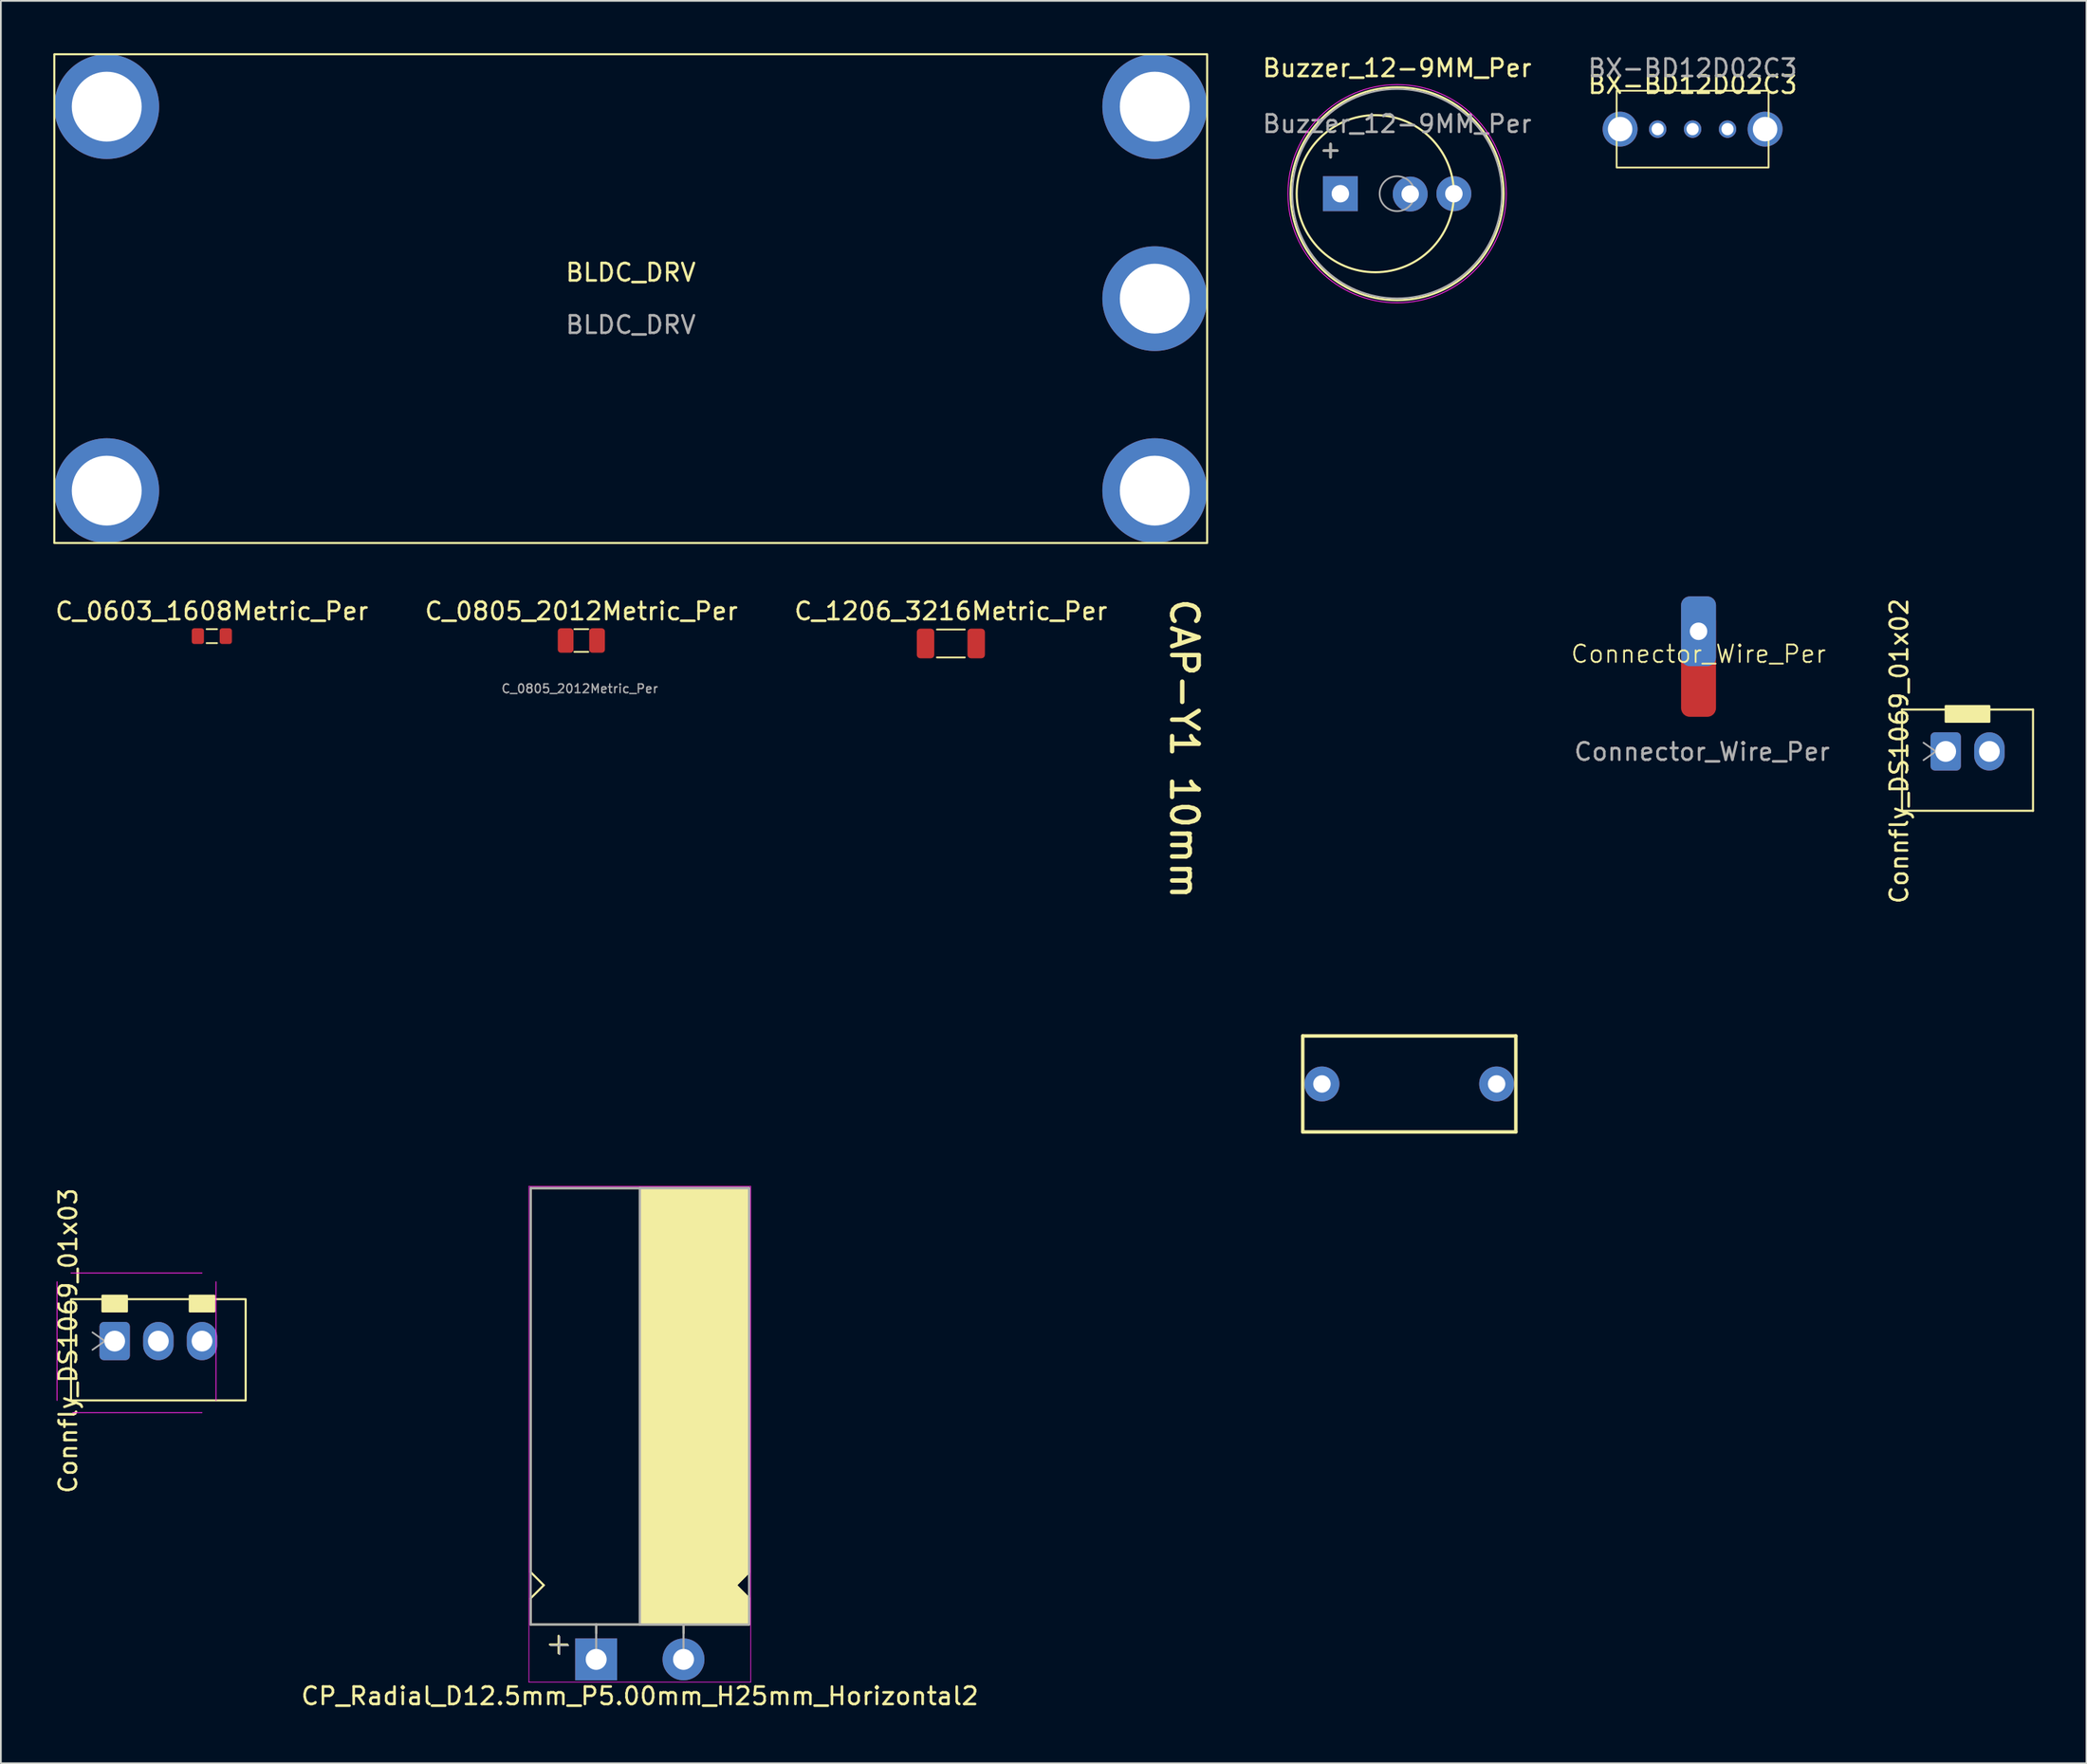
<source format=kicad_pcb>
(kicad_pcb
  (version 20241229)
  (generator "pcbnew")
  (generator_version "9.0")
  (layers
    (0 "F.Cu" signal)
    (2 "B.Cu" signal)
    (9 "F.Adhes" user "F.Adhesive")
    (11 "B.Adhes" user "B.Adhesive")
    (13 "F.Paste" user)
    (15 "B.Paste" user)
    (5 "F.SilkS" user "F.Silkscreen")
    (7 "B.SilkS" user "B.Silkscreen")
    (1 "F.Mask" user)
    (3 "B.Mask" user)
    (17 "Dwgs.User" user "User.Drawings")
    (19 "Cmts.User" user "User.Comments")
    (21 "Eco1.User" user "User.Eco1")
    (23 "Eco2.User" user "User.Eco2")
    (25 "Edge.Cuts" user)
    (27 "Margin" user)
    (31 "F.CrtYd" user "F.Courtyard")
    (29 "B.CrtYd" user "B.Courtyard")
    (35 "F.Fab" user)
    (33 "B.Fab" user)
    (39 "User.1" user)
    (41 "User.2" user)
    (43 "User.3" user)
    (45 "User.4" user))
  (footprint "C_0805_2012Metric_Per"
    (layer "F.Cu")
    (at 30.232 33.648)
    (property "Reference" "C_0805_2012Metric_Per" (at 0 -1.68 0) (layer "F.SilkS") (effects (font (size 1 1) (thickness 0.15))))
    (attr smd)
    (fp_line (start -0.4 -0.65) (end 0.4 -0.65) (stroke (width 0.1) (type default)) (layer "F.SilkS"))
    (fp_line (start -0.4 0.65) (end 0.4 0.65) (stroke (width 0.1) (type default)) (layer "F.SilkS"))
    (fp_text user "${REFERENCE}" (at -0.09 2.76 0) (layer "F.Fab") (effects (font (size 0.5 0.5) (thickness 0.08))))
    (pad "1" smd roundrect (at -0.9 0) (size 0.9 1.4) (layers "F.Cu" "F.Mask" "F.Paste") (roundrect_rratio 0.2))
    (pad "2" smd roundrect (at 0.9 0) (size 0.9 1.4) (layers "F.Cu" "F.Mask" "F.Paste") (roundrect_rratio 0.2)))
  (footprint "C_0603_1608Metric_Per"
    (layer "F.Cu")
    (at 9.077 33.398)
    (property "Reference" "C_0603_1608Metric_Per" (at 0 -1.43 0) (layer "F.SilkS") (effects (font (size 1 1) (thickness 0.15))))
    (attr smd)
    (fp_line (start -0.3 -0.4) (end 0.3 -0.4) (stroke (width 0.1) (type default)) (layer "F.SilkS"))
    (fp_line (start -0.3 0.4) (end 0.3 0.4) (stroke (width 0.1) (type default)) (layer "F.SilkS"))
    (pad "1" smd roundrect (at -0.8 0) (size 0.7 0.9) (layers "F.Cu" "F.Mask" "F.Paste") (roundrect_rratio 0.2))
    (pad "2" smd roundrect (at 0.8 0) (size 0.7 0.9) (layers "F.Cu" "F.Mask" "F.Paste") (roundrect_rratio 0.2)))
  (footprint "Connfly_DS1069_01x02"
    (layer "F.Cu")
    (at 108.342 40.003)
    (property "Reference" "Connfly_DS1069_01x02" (at -2.667 -0.02 90) (layer "F.SilkS") (effects (font (size 1 1) (thickness 0.15))))
    (attr through_hole)
    (fp_line (start -2.5 -2.4) (end -2.5 3.4) (stroke (width 0.12) (type solid)) (layer "F.SilkS"))
    (fp_line (start -2.5 3.4) (end 5 3.4) (stroke (width 0.12) (type solid)) (layer "F.SilkS"))
    (fp_line (start 5 -2.4) (end -2.5 -2.4) (stroke (width 0.12) (type solid)) (layer "F.SilkS"))
    (fp_line (start 5 3.4) (end 5 -2.4) (stroke (width 0.12) (type solid)) (layer "F.SilkS"))
    (fp_rect (start 0 -2.6) (end 2.5 -1.7) (stroke (width 0.12) (type solid)) (fill yes) (layer "F.SilkS"))
    (fp_line (start -1.27 -0.5) (end -0.563 0) (stroke (width 0.1) (type solid)) (layer "F.Fab"))
    (fp_line (start -0.563 0) (end -1.27 0.5) (stroke (width 0.1) (type solid)) (layer "F.Fab"))
    (pad "1" thru_hole roundrect (at 0 0) (size 1.74 2.19) (drill 1.19) (layers "*.Cu" "*.Mask") (roundrect_rratio 0.144))
    (pad "2" thru_hole oval (at 2.5 0) (size 1.74 2.19) (drill 1.19) (layers "*.Cu" "*.Mask")))
  (footprint "BLDC_DRV"
    (layer "F.Cu")
    (at 33.06 14.06)
    (property "Reference" "BLDC_DRV" (at 0 -1.5 0) (unlocked yes) (layer "F.SilkS") (effects (font (size 1 1) (thickness 0.15))))
    (attr smd)
    (fp_rect (start -33 -14) (end 33 14) (stroke (width 0.12) (type solid)) (fill no) (layer "F.SilkS"))
    (fp_text user "${REFERENCE}" (at 0 1.5 0) (unlocked yes) (layer "F.Fab") (effects (font (size 1 1) (thickness 0.15))))
    (pad "1" thru_hole circle (at -30 -11) (size 6 6) (drill 4) (layers "*.Cu" "*.Mask"))
    (pad "2" thru_hole circle (at -30 11) (size 6 6) (drill 4) (layers "*.Cu" "*.Mask"))
    (pad "3" thru_hole circle (at 30 -11) (size 6 6) (drill 4) (layers "*.Cu" "*.Mask"))
    (pad "4" thru_hole circle (at 30 0) (size 6 6) (drill 4) (layers "*.Cu" "*.Mask"))
    (pad "5" thru_hole circle (at 30 11) (size 6 6) (drill 4) (layers "*.Cu" "*.Mask")))
  (footprint "Connector_Wire_Per"
    (layer "F.Cu")
    (at 94.192 34.92)
    (property "Reference" "Connector_Wire_Per" (at 0 -0.5 0) (unlocked yes) (layer "F.SilkS") (effects (font (size 1 1) (thickness 0.1))))
    (attr smd)
    (fp_text user "${REFERENCE}" (at 0.2 5.1 0) (unlocked yes) (layer "F.Fab") (effects (font (size 1 1) (thickness 0.15))))
    (pad "1" thru_hole roundrect (at 0 -1.8 90) (size 4 2) (drill 1) (layers "*.Cu" "*.Mask") (roundrect_rratio 0.25))
    (pad "1" smd roundrect (at 0 0.1 270) (size 6 2) (layers "F.Cu" "F.Mask" "F.Paste") (roundrect_rratio 0.25)))
  (footprint "C_1206_3216Metric_Per"
    (layer "F.Cu")
    (at 51.387 33.818)
    (property "Reference" "C_1206_3216Metric_Per" (at 0 -1.85 0) (layer "F.SilkS") (effects (font (size 1 1) (thickness 0.15))))
    (attr smd)
    (fp_line (start -0.8 -0.8) (end 0.8 -0.8) (stroke (width 0.1) (type default)) (layer "F.SilkS"))
    (fp_line (start -0.8 0.8) (end 0.8 0.8) (stroke (width 0.1) (type default)) (layer "F.SilkS"))
    (pad "1" smd roundrect (at -1.45 0) (size 1 1.7) (layers "F.Cu" "F.Mask" "F.Paste") (roundrect_rratio 0.2))
    (pad "2" smd roundrect (at 1.45 0) (size 1 1.7) (layers "F.Cu" "F.Mask" "F.Paste") (roundrect_rratio 0.2)))
  (footprint "Buzzer_12-9MM_Per"
    (layer "F.Cu")
    (at 73.135 8.048)
    (property "Reference" "Buzzer_12-9MM_Per" (at 3.8 -7.2 0) (layer "F.SilkS") (effects (font (size 1 1) (thickness 0.15))))
    (attr through_hole)
    (fp_circle (center 2.55 0) (end 7.05 0) (stroke (width 0.12) (type solid)) (fill no) (layer "F.SilkS"))
    (fp_circle (center 3.8 0) (end 9.9 0) (stroke (width 0.12) (type solid)) (fill no) (layer "F.SilkS"))
    (fp_circle (center 3.8 0) (end 10.05 0) (stroke (width 0.05) (type solid)) (fill no) (layer "F.CrtYd"))
    (fp_circle (center 3.8 0) (end 4.8 0) (stroke (width 0.1) (type solid)) (fill no) (layer "F.Fab"))
    (fp_circle (center 3.8 0) (end 9.8 0) (stroke (width 0.1) (type solid)) (fill no) (layer "F.Fab"))
    (fp_text user "+" (at -0.01 -2.54 0) (layer "F.SilkS") (effects (font (size 1 1) (thickness 0.15))))
    (fp_text user "${REFERENCE}" (at 3.8 -4 0) (layer "F.Fab") (effects (font (size 1 1) (thickness 0.15))))
    (fp_text user "+" (at -0.01 -2.54 0) (layer "F.Fab") (effects (font (size 1 1) (thickness 0.15))))
    (pad "1" thru_hole rect (at 0.55 0) (size 2 2) (drill 1) (layers "*.Cu" "*.Mask"))
    (pad "2" thru_hole circle (at 4.55 0.02) (size 2 2) (drill 1) (layers "*.Cu" "*.Mask"))
    (pad "2" thru_hole circle (at 7.05 0) (size 2 2) (drill 1) (layers "*.Cu" "*.Mask")))
  (footprint "BX-BD12D02C3"
    (layer "F.Cu")
    (at 93.852 4.348)
    (property "Reference" "BX-BD12D02C3" (at 0 -2.54 0) (layer "F.SilkS") (effects (font (size 1 1) (thickness 0.15))))
    (attr through_hole)
    (fp_rect (start -4.35 2.2) (end 4.35 -2.2) (stroke (width 0.1) (type solid)) (fill no) (layer "F.SilkS"))
    (fp_text user "${REFERENCE}" (at 0 -3.5 0) (layer "F.Fab") (effects (font (size 1 1) (thickness 0.15))))
    (pad "1" thru_hole circle (at 0 0) (size 1 1) (drill 0.7) (layers "*.Cu" "*.Mask"))
    (pad "2" thru_hole circle (at -2 0) (size 1 1) (drill 0.7) (layers "*.Cu" "*.Mask"))
    (pad "3" thru_hole circle (at 2 0) (size 1 1) (drill 0.7) (layers "*.Cu" "*.Mask"))
    (pad "4" thru_hole circle (at -4.15 0) (size 2 2) (drill 1.4) (layers "*.Cu" "*.Mask"))
    (pad "4" thru_hole circle (at 4.15 0) (size 2 2) (drill 1.4) (layers "*.Cu" "*.Mask")))
  (footprint "CAP-Y1 10mm"
    (layer "F.Cu")
    (at 77.632 59.054)
    (property "Reference" "CAP-Y1 10mm" (at -13.779 -27.934 270) (unlocked yes) (layer "F.SilkS") (effects (font (size 1.524 1.524) (thickness 0.254)) (justify left bottom)))
    (fp_line (start -6.1 -2.75) (end -6.1 2.75) (stroke (width 0.2) (type solid)) (layer "F.SilkS"))
    (fp_line (start -6.1 -2.75) (end 6.1 -2.75) (stroke (width 0.2) (type solid)) (layer "F.SilkS"))
    (fp_line (start -6.1 2.75) (end 6.1 2.75) (stroke (width 0.2) (type solid)) (layer "F.SilkS"))
    (fp_line (start 6.1 -2.75) (end 6.1 2.75) (stroke (width 0.2) (type solid)) (layer "F.SilkS"))
    (pad "1" thru_hole circle (at -5 0) (size 2 2) (drill 1) (layers "*.Cu" "*.Mask"))
    (pad "2" thru_hole circle (at 5 0) (size 2 2) (drill 1) (layers "*.Cu" "*.Mask")))
  (footprint "CP_Radial_D12.5mm_P5.00mm_H25mm_Horizontal2"
    (layer "F.Cu")
    (at 31.081 92.024)
    (property "Reference" "CP_Radial_D12.5mm_P5.00mm_H25mm_Horizontal2" (at 2.5 2.1 180) (layer "F.SilkS") (effects (font (size 1 1) (thickness 0.15))))
    (attr through_hole)
    (fp_line (start -3.75 -5) (end -3.75 -27) (stroke (width 0.12) (type solid)) (layer "F.SilkS"))
    (fp_line (start -3.75 -3.5) (end -3 -4.25) (stroke (width 0.12) (type solid)) (layer "F.SilkS"))
    (fp_line (start -3.75 -2) (end -3.75 -3.5) (stroke (width 0.12) (type solid)) (layer "F.SilkS"))
    (fp_line (start -3 -4.25) (end -3.75 -5) (stroke (width 0.12) (type solid)) (layer "F.SilkS"))
    (fp_line (start -2.15 -1.35) (end -2.15 -0.35) (stroke (width 0.12) (type solid)) (layer "F.SilkS"))
    (fp_line (start -1.65 -0.85) (end -2.65 -0.85) (stroke (width 0.12) (type solid)) (layer "F.SilkS"))
    (fp_line (start 0 -1.5) (end 0 -2) (stroke (width 0.12) (type solid)) (layer "F.SilkS"))
    (fp_line (start 2.5 -2) (end -3.75 -2) (stroke (width 0.12) (type solid)) (layer "F.SilkS"))
    (fp_line (start 2.5 -2) (end 2.5 -27) (stroke (width 0.12) (type solid)) (layer "F.SilkS"))
    (fp_line (start 2.5 -2) (end 8.75 -2) (stroke (width 0.12) (type solid)) (layer "F.SilkS"))
    (fp_line (start 5 -1.5) (end 5 -2) (stroke (width 0.12) (type solid)) (layer "F.SilkS"))
    (fp_line (start 8 -4.25) (end 8.75 -5) (stroke (width 0.12) (type solid)) (layer "F.SilkS"))
    (fp_line (start 8.75 -27) (end -3.75 -27) (stroke (width 0.12) (type solid)) (layer "F.SilkS"))
    (fp_line (start 8.75 -5) (end 8.75 -27) (stroke (width 0.12) (type solid)) (layer "F.SilkS"))
    (fp_line (start 8.75 -3.5) (end 8 -4.25) (stroke (width 0.12) (type solid)) (layer "F.SilkS"))
    (fp_line (start 8.75 -2) (end 8.75 -3.5) (stroke (width 0.12) (type solid)) (layer "F.SilkS"))
    (fp_poly (pts (xy 8.75 -3.5) (xy 8 -4.25) (xy 8.75 -5) (xy 8.75 -27) (xy 2.5 -27) (xy 2.5 -2) (xy 8.75 -2)) (stroke (width 0.1) (type solid)) (fill yes) (layer "F.SilkS"))
    (fp_line (start -3.85 -27.1) (end -3.85 1.3) (stroke (width 0.04) (type solid)) (layer "F.CrtYd"))
    (fp_line (start 8.85 -27.1) (end -3.85 -27.1) (stroke (width 0.04) (type solid)) (layer "F.CrtYd"))
    (fp_line (start 8.85 1.3) (end -3.85 1.3) (stroke (width 0.04) (type solid)) (layer "F.CrtYd"))
    (fp_line (start 8.85 1.3) (end 8.85 -27.1) (stroke (width 0.04) (type solid)) (layer "F.CrtYd"))
    (fp_line (start -3.75 -27) (end 8.75 -27) (stroke (width 0.12) (type solid)) (layer "F.Fab"))
    (fp_line (start -3.75 -2) (end -3.75 -27) (stroke (width 0.12) (type solid)) (layer "F.Fab"))
    (fp_line (start -2.6 -0.8) (end -1.6 -0.8) (stroke (width 0.1) (type solid)) (layer "F.Fab"))
    (fp_line (start -2.1 -0.3) (end -2.1 -1.3) (stroke (width 0.1) (type solid)) (layer "F.Fab"))
    (fp_line (start 0 -2) (end -3.75 -2) (stroke (width 0.12) (type solid)) (layer "F.Fab"))
    (fp_line (start 0 0) (end 0 -2) (stroke (width 0.12) (type solid)) (layer "F.Fab"))
    (fp_line (start 2.5 -2) (end 2.5 -27) (stroke (width 0.12) (type solid)) (layer "F.Fab"))
    (fp_line (start 5 -2) (end 5 0) (stroke (width 0.12) (type solid)) (layer "F.Fab"))
    (fp_line (start 8.75 -27) (end 8.75 -2) (stroke (width 0.12) (type solid)) (layer "F.Fab"))
    (fp_line (start 8.75 -2) (end 0 -2) (stroke (width 0.12) (type solid)) (layer "F.Fab"))
    (fp_poly (pts (xy 8.75 -27) (xy 2.5 -27) (xy 2.5 -2) (xy 8.75 -2)) (stroke (width 0.1) (type solid)) (fill no) (layer "F.Fab"))
    (pad "1" thru_hole rect (at 0 0) (size 2.4 2.4) (drill 1.2) (layers "*.Cu" "*.Mask"))
    (pad "2" thru_hole circle (at 5 0) (size 2.4 2.4) (drill 1.2) (layers "*.Cu" "*.Mask")))
  (footprint "Connfly_DS1069_01x03"
    (layer "F.Cu")
    (at 3.515 73.787)
    (property "Reference" "Connfly_DS1069_01x03" (at -2.667 -0.02 90) (layer "F.SilkS") (effects (font (size 1 1) (thickness 0.15))))
    (attr through_hole)
    (fp_rect (start -2.5 -2.4) (end 7.5 3.4) (stroke (width 0.12) (type default)) (fill no) (layer "F.SilkS"))
    (fp_rect (start -0.7 -2.6) (end 0.7 -1.7) (stroke (width 0.12) (type solid)) (fill yes) (layer "F.SilkS"))
    (fp_rect (start 4.3 -2.6) (end 5.7 -1.7) (stroke (width 0.12) (type solid)) (fill yes) (layer "F.SilkS"))
    (fp_line (start -3.3 -3.4) (end -3.3 3.4) (stroke (width 0.05) (type solid)) (layer "F.CrtYd"))
    (fp_line (start -2.4 4.1) (end 5 4.1) (stroke (width 0.05) (type solid)) (layer "F.CrtYd"))
    (fp_line (start 5 -3.9) (end -2.5 -3.9) (stroke (width 0.05) (type solid)) (layer "F.CrtYd"))
    (fp_line (start 5.8 3.4) (end 5.8 -3.4) (stroke (width 0.05) (type solid)) (layer "F.CrtYd"))
    (fp_line (start -1.27 -0.5) (end -0.563 0) (stroke (width 0.1) (type solid)) (layer "F.Fab"))
    (fp_line (start -0.563 0) (end -1.27 0.5) (stroke (width 0.1) (type solid)) (layer "F.Fab"))
    (pad "1" thru_hole roundrect (at 0 0) (size 1.74 2.19) (drill 1.19) (layers "*.Cu" "*.Mask") (roundrect_rratio 0.144))
    (pad "2" thru_hole oval (at 2.5 0) (size 1.74 2.19) (drill 1.19) (layers "*.Cu" "*.Mask"))
    (pad "3" thru_hole oval (at 5 0) (size 1.74 2.19) (drill 1.19) (layers "*.Cu" "*.Mask")))
  (gr_rect
    (start -3 -3)
    (end 116.402 97.972)
    (stroke (width 0.1) (type default))
    (fill no)
    (layer "Edge.Cuts")))
</source>
